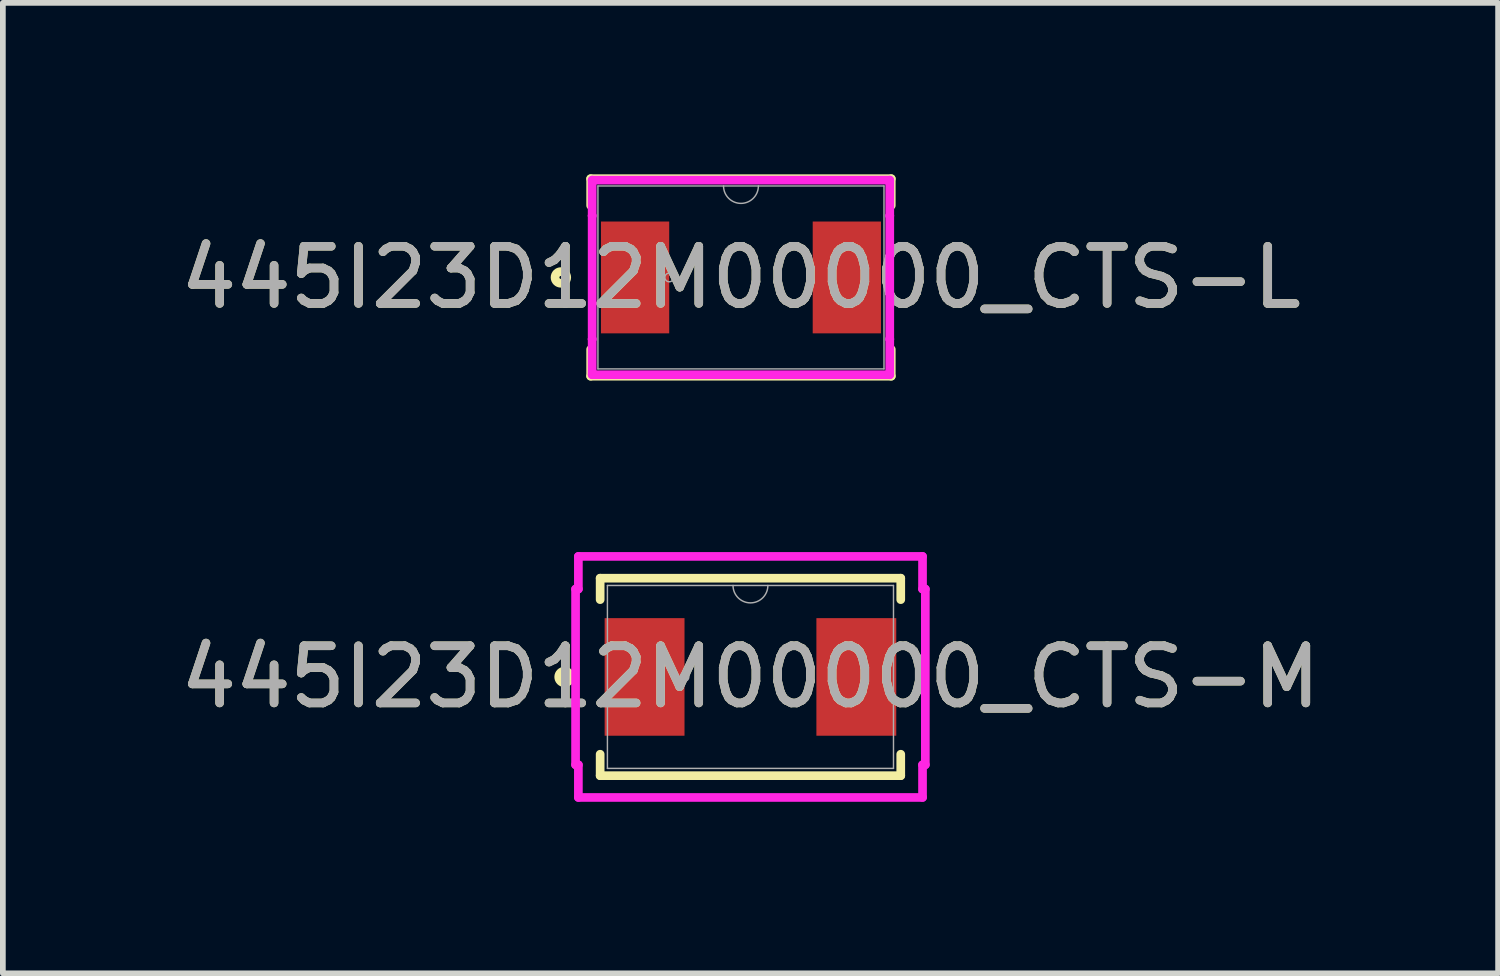
<source format=kicad_pcb>
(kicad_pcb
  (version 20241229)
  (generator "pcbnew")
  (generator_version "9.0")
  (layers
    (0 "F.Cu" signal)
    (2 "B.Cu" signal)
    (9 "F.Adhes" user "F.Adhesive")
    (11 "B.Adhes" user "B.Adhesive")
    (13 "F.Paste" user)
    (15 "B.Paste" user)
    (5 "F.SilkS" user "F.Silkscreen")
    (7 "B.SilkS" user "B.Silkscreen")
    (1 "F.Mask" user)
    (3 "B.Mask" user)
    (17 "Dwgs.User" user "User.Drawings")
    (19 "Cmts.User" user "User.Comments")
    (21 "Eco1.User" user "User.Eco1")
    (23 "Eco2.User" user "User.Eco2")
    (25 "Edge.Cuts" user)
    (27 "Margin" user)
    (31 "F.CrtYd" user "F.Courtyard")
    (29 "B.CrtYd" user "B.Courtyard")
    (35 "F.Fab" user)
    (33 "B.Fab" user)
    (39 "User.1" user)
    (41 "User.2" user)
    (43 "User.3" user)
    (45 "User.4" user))
  (footprint "445I23D12M00000_CTS-M"
    (layer "F.Cu")
    (at 10.077 8.791)
    (property "Reference" "445I23D12M00000_CTS-M" (at 0 0 0) (unlocked yes) (layer "F.SilkS") (effects (font (size 1 1) (thickness 0.15))))
    (attr smd)
    (fp_line (start -2.629 -1.727) (end -2.629 -1.352) (stroke (width 0.152) (type solid)) (layer "F.SilkS"))
    (fp_line (start -2.629 1.352) (end -2.629 1.727) (stroke (width 0.152) (type solid)) (layer "F.SilkS"))
    (fp_line (start -2.629 1.727) (end 2.629 1.727) (stroke (width 0.152) (type solid)) (layer "F.SilkS"))
    (fp_line (start 2.629 -1.727) (end -2.629 -1.727) (stroke (width 0.152) (type solid)) (layer "F.SilkS"))
    (fp_line (start 2.629 -1.352) (end 2.629 -1.727) (stroke (width 0.152) (type solid)) (layer "F.SilkS"))
    (fp_line (start 2.629 1.727) (end 2.629 1.352) (stroke (width 0.152) (type solid)) (layer "F.SilkS"))
    (fp_circle (center -3.252 0) (end -3.15 0) (stroke (width 0.152) (type solid)) (fill no) (layer "F.SilkS"))
    (fp_line (start -3.059 -1.537) (end -3.01 -1.537) (stroke (width 0.152) (type solid)) (layer "F.CrtYd"))
    (fp_line (start -3.059 1.537) (end -3.059 -1.537) (stroke (width 0.152) (type solid)) (layer "F.CrtYd"))
    (fp_line (start -3.059 1.537) (end -3.01 1.537) (stroke (width 0.152) (type solid)) (layer "F.CrtYd"))
    (fp_line (start -3.01 -2.108) (end 3.01 -2.108) (stroke (width 0.152) (type solid)) (layer "F.CrtYd"))
    (fp_line (start -3.01 -1.537) (end -3.01 -2.108) (stroke (width 0.152) (type solid)) (layer "F.CrtYd"))
    (fp_line (start -3.01 2.108) (end -3.01 1.537) (stroke (width 0.152) (type solid)) (layer "F.CrtYd"))
    (fp_line (start 3.01 -2.108) (end 3.01 -1.537) (stroke (width 0.152) (type solid)) (layer "F.CrtYd"))
    (fp_line (start 3.01 1.537) (end 3.01 2.108) (stroke (width 0.152) (type solid)) (layer "F.CrtYd"))
    (fp_line (start 3.01 2.108) (end -3.01 2.108) (stroke (width 0.152) (type solid)) (layer "F.CrtYd"))
    (fp_line (start 3.059 -1.537) (end 3.01 -1.537) (stroke (width 0.152) (type solid)) (layer "F.CrtYd"))
    (fp_line (start 3.059 -1.537) (end 3.059 1.537) (stroke (width 0.152) (type solid)) (layer "F.CrtYd"))
    (fp_line (start 3.059 1.537) (end 3.01 1.537) (stroke (width 0.152) (type solid)) (layer "F.CrtYd"))
    (fp_line (start -2.502 -1.6) (end -2.502 1.6) (stroke (width 0.025) (type solid)) (layer "F.Fab"))
    (fp_line (start -2.502 1.6) (end 2.502 1.6) (stroke (width 0.025) (type solid)) (layer "F.Fab"))
    (fp_line (start 2.502 -1.6) (end -2.502 -1.6) (stroke (width 0.025) (type solid)) (layer "F.Fab"))
    (fp_line (start 2.502 1.6) (end 2.502 -1.6) (stroke (width 0.025) (type solid)) (layer "F.Fab"))
    (fp_arc (start 0.3048 -1.6002) (mid 0 -1.2954) (end -0.3048 -1.6002) (stroke (width 0.0254) (type solid)) (layer "F.Fab"))
    (fp_circle (center -1.154 0) (end -1.078 0) (stroke (width 0.025) (type solid)) (fill no) (layer "F.Fab"))
    (fp_text user "${REFERENCE}" (at 0 0 0) (unlocked yes) (layer "F.Fab") (effects (font (size 1 1) (thickness 0.15))))
    (pad "1" smd rect (at -1.852 0) (size 1.397 2.057) (layers "F.Cu" "F.Mask" "F.Paste"))
    (pad "2" smd rect (at 1.852 0) (size 1.397 2.057) (layers "F.Cu" "F.Mask" "F.Paste")))
  (footprint "445I23D12M00000_CTS-L"
    (layer "F.Cu")
    (at 9.911 1.803)
    (property "Reference" "445I23D12M00000_CTS-L" (at 0 0 0) (unlocked yes) (layer "F.SilkS") (effects (font (size 1 1) (thickness 0.15))))
    (attr smd)
    (fp_line (start -2.629 -1.727) (end -2.629 -1.258) (stroke (width 0.152) (type solid)) (layer "F.SilkS"))
    (fp_line (start -2.629 1.258) (end -2.629 1.727) (stroke (width 0.152) (type solid)) (layer "F.SilkS"))
    (fp_line (start -2.629 1.727) (end 2.629 1.727) (stroke (width 0.152) (type solid)) (layer "F.SilkS"))
    (fp_line (start 2.629 -1.727) (end -2.629 -1.727) (stroke (width 0.152) (type solid)) (layer "F.SilkS"))
    (fp_line (start 2.629 -1.258) (end 2.629 -1.727) (stroke (width 0.152) (type solid)) (layer "F.SilkS"))
    (fp_line (start 2.629 1.727) (end 2.629 1.258) (stroke (width 0.152) (type solid)) (layer "F.SilkS"))
    (fp_circle (center -3.15 0) (end -3.048 0) (stroke (width 0.152) (type solid)) (fill no) (layer "F.SilkS"))
    (fp_line (start -2.603 -1.702) (end 2.603 -1.702) (stroke (width 0.152) (type solid)) (layer "F.CrtYd"))
    (fp_line (start -2.603 -1.079) (end -2.603 -1.702) (stroke (width 0.152) (type solid)) (layer "F.CrtYd"))
    (fp_line (start -2.603 -1.079) (end -2.603 -1.079) (stroke (width 0.152) (type solid)) (layer "F.CrtYd"))
    (fp_line (start -2.603 1.079) (end -2.603 -1.079) (stroke (width 0.152) (type solid)) (layer "F.CrtYd"))
    (fp_line (start -2.603 1.079) (end -2.603 1.079) (stroke (width 0.152) (type solid)) (layer "F.CrtYd"))
    (fp_line (start -2.603 1.702) (end -2.603 1.079) (stroke (width 0.152) (type solid)) (layer "F.CrtYd"))
    (fp_line (start 2.603 -1.702) (end 2.603 -1.079) (stroke (width 0.152) (type solid)) (layer "F.CrtYd"))
    (fp_line (start 2.603 -1.079) (end 2.603 -1.079) (stroke (width 0.152) (type solid)) (layer "F.CrtYd"))
    (fp_line (start 2.603 -1.079) (end 2.603 1.079) (stroke (width 0.152) (type solid)) (layer "F.CrtYd"))
    (fp_line (start 2.603 1.079) (end 2.603 1.079) (stroke (width 0.152) (type solid)) (layer "F.CrtYd"))
    (fp_line (start 2.603 1.079) (end 2.603 1.702) (stroke (width 0.152) (type solid)) (layer "F.CrtYd"))
    (fp_line (start 2.603 1.702) (end -2.603 1.702) (stroke (width 0.152) (type solid)) (layer "F.CrtYd"))
    (fp_line (start -2.502 -1.6) (end -2.502 1.6) (stroke (width 0.025) (type solid)) (layer "F.Fab"))
    (fp_line (start -2.502 1.6) (end 2.502 1.6) (stroke (width 0.025) (type solid)) (layer "F.Fab"))
    (fp_line (start 2.502 -1.6) (end -2.502 -1.6) (stroke (width 0.025) (type solid)) (layer "F.Fab"))
    (fp_line (start 2.502 1.6) (end 2.502 -1.6) (stroke (width 0.025) (type solid)) (layer "F.Fab"))
    (fp_arc (start 0.3048 -1.6002) (mid 0 -1.2954) (end -0.3048 -1.6002) (stroke (width 0.0254) (type solid)) (layer "F.Fab"))
    (fp_circle (center -1.255 0) (end -1.179 0) (stroke (width 0.025) (type solid)) (fill no) (layer "F.Fab"))
    (fp_text user "${REFERENCE}" (at 0 0 0) (unlocked yes) (layer "F.Fab") (effects (font (size 1 1) (thickness 0.15))))
    (pad "1" smd rect (at -1.852 0) (size 1.194 1.956) (layers "F.Cu" "F.Mask" "F.Paste"))
    (pad "2" smd rect (at 1.852 0) (size 1.194 1.956) (layers "F.Cu" "F.Mask" "F.Paste")))
  (gr_rect
    (start -3 -3)
    (end 23.155 13.976)
    (stroke (width 0.1) (type default))
    (fill no)
    (layer "Edge.Cuts")))
</source>
